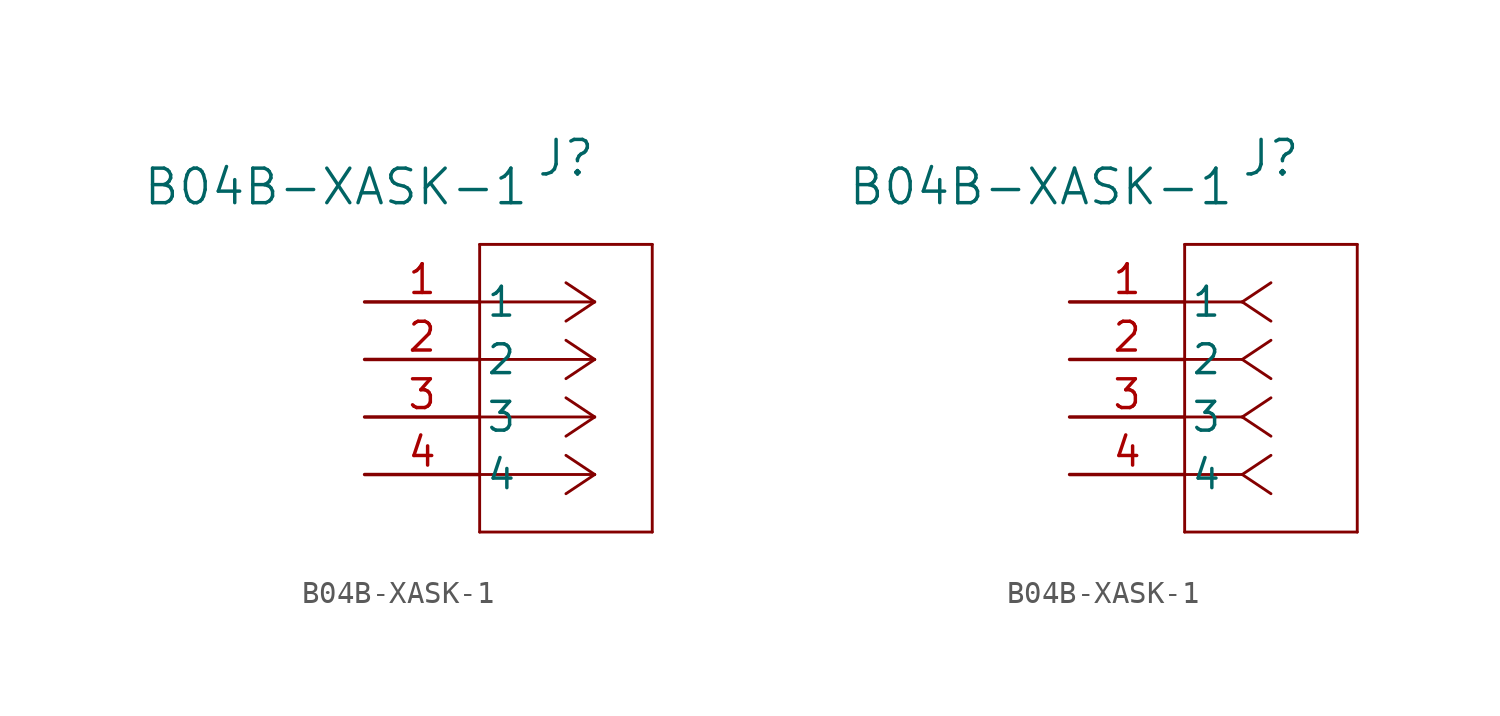
<source format=kicad_sym>
(kicad_symbol_lib
  (version 20220914)
  (generator kicad_symbol_editor)
  (symbol "B04B-XASK-1"
    (pin_names
      (offset 0.254))
    (property "Reference" "J"
      (at 8.89 6.35 0)
      (effects (font (size 1.524 1.524))))
    (property "Value" "B04B-XASK-1"
      (at -1.27 5.08 0)
      (effects (font (size 1.524 1.524))))
    (property "ki_locked" ""
      (at 0 0 0)
      (effects (font (size 1.27 1.27))))
    (symbol "B04B-XASK-1_1_1"
      (polyline (pts (xy 5.08 -10.16) (xy 12.7 -10.16)) (stroke (width 0.127) (type default)) (fill (type none)))
      (polyline (pts (xy 5.08 2.54) (xy 5.08 -10.16)) (stroke (width 0.127) (type default)) (fill (type none)))
      (polyline (pts (xy 10.16 -7.62) (xy 5.08 -7.62)) (stroke (width 0.127) (type default)) (fill (type none)))
      (polyline (pts (xy 10.16 -7.62) (xy 8.89 -8.467)) (stroke (width 0.127) (type default)) (fill (type none)))
      (polyline (pts (xy 10.16 -7.62) (xy 8.89 -6.773)) (stroke (width 0.127) (type default)) (fill (type none)))
      (polyline (pts (xy 10.16 -5.08) (xy 5.08 -5.08)) (stroke (width 0.127) (type default)) (fill (type none)))
      (polyline (pts (xy 10.16 -5.08) (xy 8.89 -5.927)) (stroke (width 0.127) (type default)) (fill (type none)))
      (polyline (pts (xy 10.16 -5.08) (xy 8.89 -4.233)) (stroke (width 0.127) (type default)) (fill (type none)))
      (polyline (pts (xy 10.16 -2.54) (xy 5.08 -2.54)) (stroke (width 0.127) (type default)) (fill (type none)))
      (polyline (pts (xy 10.16 -2.54) (xy 8.89 -3.387)) (stroke (width 0.127) (type default)) (fill (type none)))
      (polyline (pts (xy 10.16 -2.54) (xy 8.89 -1.693)) (stroke (width 0.127) (type default)) (fill (type none)))
      (polyline (pts (xy 10.16 0) (xy 5.08 0)) (stroke (width 0.127) (type default)) (fill (type none)))
      (polyline (pts (xy 10.16 0) (xy 8.89 -0.847)) (stroke (width 0.127) (type default)) (fill (type none)))
      (polyline (pts (xy 10.16 0) (xy 8.89 0.847)) (stroke (width 0.127) (type default)) (fill (type none)))
      (polyline (pts (xy 12.7 -10.16) (xy 12.7 2.54)) (stroke (width 0.127) (type default)) (fill (type none)))
      (polyline (pts (xy 12.7 2.54) (xy 5.08 2.54)) (stroke (width 0.127) (type default)) (fill (type none)))
      (pin power_in line (at 0 0 0) (length 5.08) (name "1" (effects (font (size 1.27 1.27)))) (number "1" (effects (font (size 1.27 1.27)))))
      (pin passive line (at 0 -2.54 0) (length 5.08) (name "2" (effects (font (size 1.27 1.27)))) (number "2" (effects (font (size 1.27 1.27)))))
      (pin passive line (at 0 -5.08 0) (length 5.08) (name "3" (effects (font (size 1.27 1.27)))) (number "3" (effects (font (size 1.27 1.27)))))
      (pin power_in line (at 0 -7.62 0) (length 5.08) (name "4" (effects (font (size 1.27 1.27)))) (number "4" (effects (font (size 1.27 1.27))))))
    (symbol "B04B-XASK-1_1_2"
      (polyline (pts (xy 5.08 -10.16) (xy 12.7 -10.16)) (stroke (width 0.127) (type default)) (fill (type none)))
      (polyline (pts (xy 5.08 2.54) (xy 5.08 -10.16)) (stroke (width 0.127) (type default)) (fill (type none)))
      (polyline (pts (xy 7.62 -7.62) (xy 5.08 -7.62)) (stroke (width 0.127) (type default)) (fill (type none)))
      (polyline (pts (xy 7.62 -7.62) (xy 8.89 -8.467)) (stroke (width 0.127) (type default)) (fill (type none)))
      (polyline (pts (xy 7.62 -7.62) (xy 8.89 -6.773)) (stroke (width 0.127) (type default)) (fill (type none)))
      (polyline (pts (xy 7.62 -5.08) (xy 5.08 -5.08)) (stroke (width 0.127) (type default)) (fill (type none)))
      (polyline (pts (xy 7.62 -5.08) (xy 8.89 -5.927)) (stroke (width 0.127) (type default)) (fill (type none)))
      (polyline (pts (xy 7.62 -5.08) (xy 8.89 -4.233)) (stroke (width 0.127) (type default)) (fill (type none)))
      (polyline (pts (xy 7.62 -2.54) (xy 5.08 -2.54)) (stroke (width 0.127) (type default)) (fill (type none)))
      (polyline (pts (xy 7.62 -2.54) (xy 8.89 -3.387)) (stroke (width 0.127) (type default)) (fill (type none)))
      (polyline (pts (xy 7.62 -2.54) (xy 8.89 -1.693)) (stroke (width 0.127) (type default)) (fill (type none)))
      (polyline (pts (xy 7.62 0) (xy 5.08 0)) (stroke (width 0.127) (type default)) (fill (type none)))
      (polyline (pts (xy 7.62 0) (xy 8.89 -0.847)) (stroke (width 0.127) (type default)) (fill (type none)))
      (polyline (pts (xy 7.62 0) (xy 8.89 0.847)) (stroke (width 0.127) (type default)) (fill (type none)))
      (polyline (pts (xy 12.7 -10.16) (xy 12.7 2.54)) (stroke (width 0.127) (type default)) (fill (type none)))
      (polyline (pts (xy 12.7 2.54) (xy 5.08 2.54)) (stroke (width 0.127) (type default)) (fill (type none)))
      (pin unspecified line (at 0 0 0) (length 5.08) (name "1" (effects (font (size 1.27 1.27)))) (number "1" (effects (font (size 1.27 1.27)))))
      (pin unspecified line (at 0 -2.54 0) (length 5.08) (name "2" (effects (font (size 1.27 1.27)))) (number "2" (effects (font (size 1.27 1.27)))))
      (pin unspecified line (at 0 -5.08 0) (length 5.08) (name "3" (effects (font (size 1.27 1.27)))) (number "3" (effects (font (size 1.27 1.27)))))
      (pin unspecified line (at 0 -7.62 0) (length 5.08) (name "4" (effects (font (size 1.27 1.27)))) (number "4" (effects (font (size 1.27 1.27))))))))
</source>
